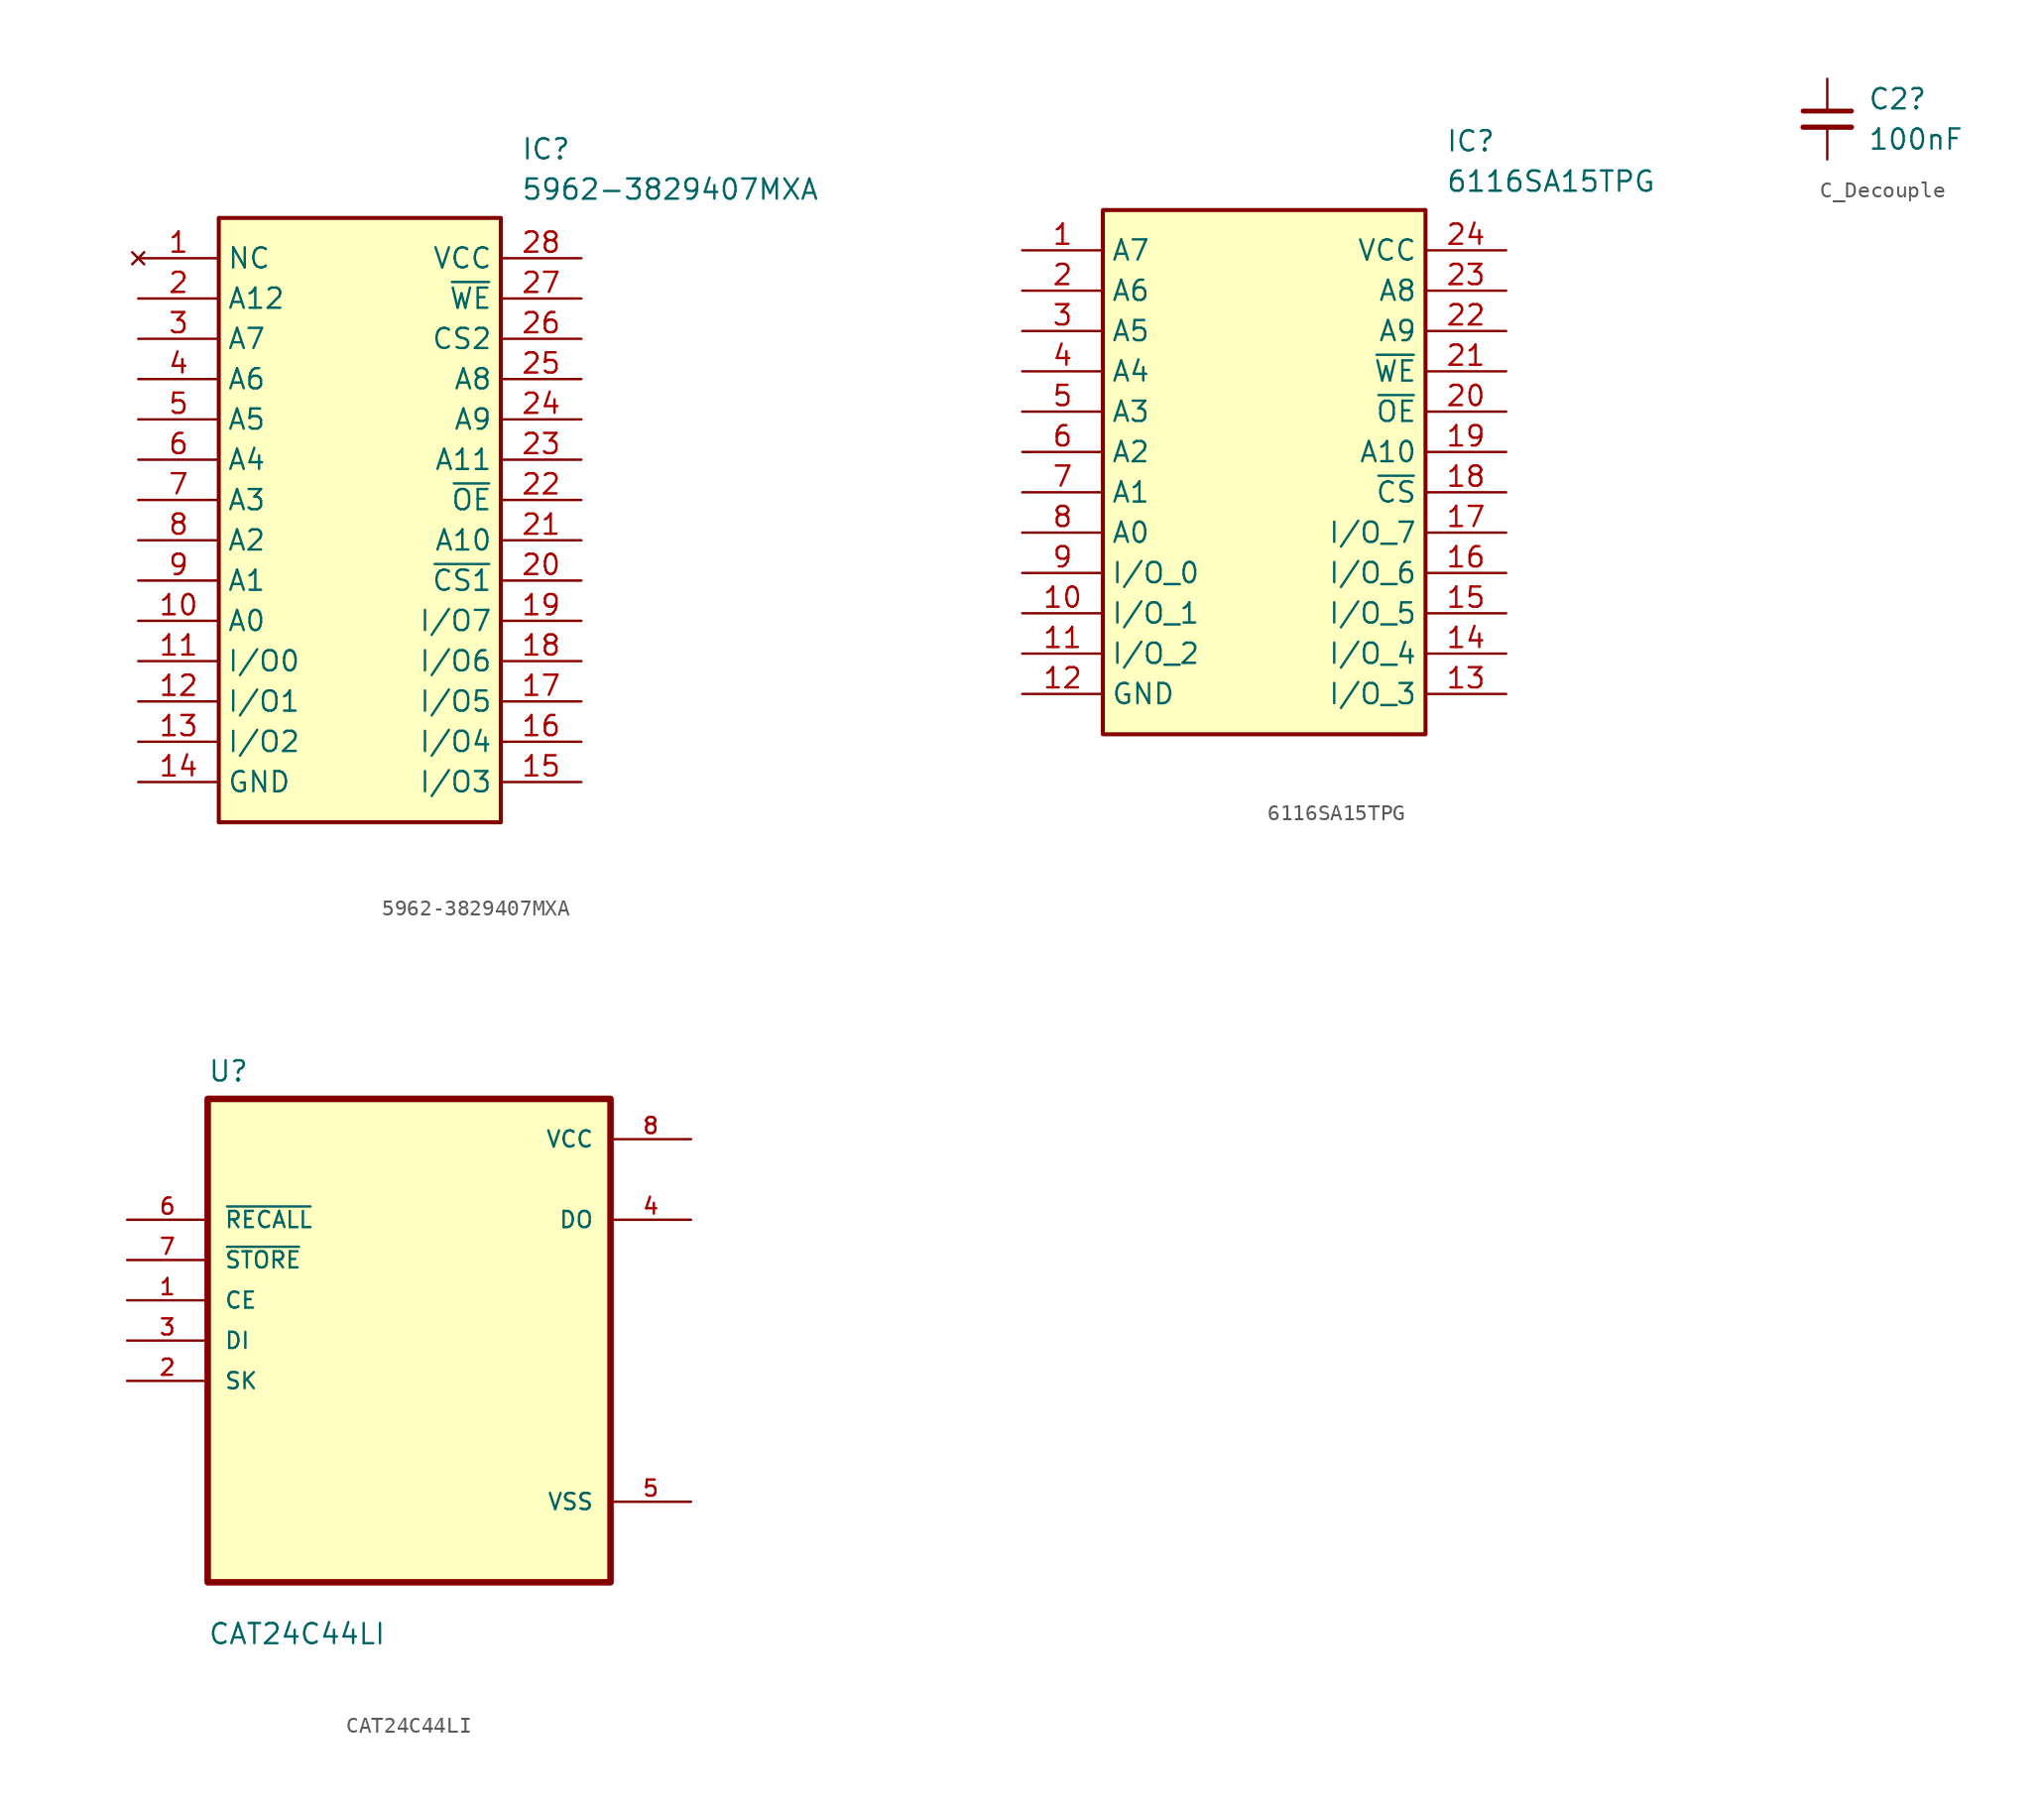
<source format=kicad_sym>
(kicad_symbol_lib
  (version 20231120)
  (generator "kicad_symbol_editor")
  (generator_version "8.0")
  (symbol "5962-3829407MXA"
    (property "Reference" "IC"
      (at 24.13 7.62 0)
      (effects (font (size 1.27 1.27)) (justify left top)))
    (property "Value" "5962-3829407MXA"
      (at 24.13 5.08 0)
      (effects (font (size 1.27 1.27)) (justify left top)))
    (symbol "5962-3829407MXA_1_1"
      (rectangle (start 5.08 2.54) (end 22.86 -35.56) (stroke (width 0.254) (type default)) (fill (type background)))
      (pin no_connect line (at 0 0 0) (length 5.08) (name "NC" (effects (font (size 1.27 1.27)))) (number "1" (effects (font (size 1.27 1.27)))))
      (pin passive line (at 0 -22.86 0) (length 5.08) (name "A0" (effects (font (size 1.27 1.27)))) (number "10" (effects (font (size 1.27 1.27)))))
      (pin passive line (at 0 -25.4 0) (length 5.08) (name "I/O0" (effects (font (size 1.27 1.27)))) (number "11" (effects (font (size 1.27 1.27)))))
      (pin passive line (at 0 -27.94 0) (length 5.08) (name "I/O1" (effects (font (size 1.27 1.27)))) (number "12" (effects (font (size 1.27 1.27)))))
      (pin passive line (at 0 -30.48 0) (length 5.08) (name "I/O2" (effects (font (size 1.27 1.27)))) (number "13" (effects (font (size 1.27 1.27)))))
      (pin passive line (at 0 -33.02 0) (length 5.08) (name "GND" (effects (font (size 1.27 1.27)))) (number "14" (effects (font (size 1.27 1.27)))))
      (pin passive line (at 27.94 -33.02 180) (length 5.08) (name "I/O3" (effects (font (size 1.27 1.27)))) (number "15" (effects (font (size 1.27 1.27)))))
      (pin passive line (at 27.94 -30.48 180) (length 5.08) (name "I/O4" (effects (font (size 1.27 1.27)))) (number "16" (effects (font (size 1.27 1.27)))))
      (pin passive line (at 27.94 -27.94 180) (length 5.08) (name "I/O5" (effects (font (size 1.27 1.27)))) (number "17" (effects (font (size 1.27 1.27)))))
      (pin passive line (at 27.94 -25.4 180) (length 5.08) (name "I/O6" (effects (font (size 1.27 1.27)))) (number "18" (effects (font (size 1.27 1.27)))))
      (pin passive line (at 27.94 -22.86 180) (length 5.08) (name "I/O7" (effects (font (size 1.27 1.27)))) (number "19" (effects (font (size 1.27 1.27)))))
      (pin passive line (at 0 -2.54 0) (length 5.08) (name "A12" (effects (font (size 1.27 1.27)))) (number "2" (effects (font (size 1.27 1.27)))))
      (pin passive line (at 27.94 -20.32 180) (length 5.08) (name "~{CS1}" (effects (font (size 1.27 1.27)))) (number "20" (effects (font (size 1.27 1.27)))))
      (pin passive line (at 27.94 -17.78 180) (length 5.08) (name "A10" (effects (font (size 1.27 1.27)))) (number "21" (effects (font (size 1.27 1.27)))))
      (pin passive line (at 27.94 -15.24 180) (length 5.08) (name "~{OE}" (effects (font (size 1.27 1.27)))) (number "22" (effects (font (size 1.27 1.27)))))
      (pin passive line (at 27.94 -12.7 180) (length 5.08) (name "A11" (effects (font (size 1.27 1.27)))) (number "23" (effects (font (size 1.27 1.27)))))
      (pin passive line (at 27.94 -10.16 180) (length 5.08) (name "A9" (effects (font (size 1.27 1.27)))) (number "24" (effects (font (size 1.27 1.27)))))
      (pin passive line (at 27.94 -7.62 180) (length 5.08) (name "A8" (effects (font (size 1.27 1.27)))) (number "25" (effects (font (size 1.27 1.27)))))
      (pin passive line (at 27.94 -5.08 180) (length 5.08) (name "CS2" (effects (font (size 1.27 1.27)))) (number "26" (effects (font (size 1.27 1.27)))))
      (pin passive line (at 27.94 -2.54 180) (length 5.08) (name "~{WE}" (effects (font (size 1.27 1.27)))) (number "27" (effects (font (size 1.27 1.27)))))
      (pin passive line (at 27.94 0 180) (length 5.08) (name "VCC" (effects (font (size 1.27 1.27)))) (number "28" (effects (font (size 1.27 1.27)))))
      (pin passive line (at 0 -5.08 0) (length 5.08) (name "A7" (effects (font (size 1.27 1.27)))) (number "3" (effects (font (size 1.27 1.27)))))
      (pin passive line (at 0 -7.62 0) (length 5.08) (name "A6" (effects (font (size 1.27 1.27)))) (number "4" (effects (font (size 1.27 1.27)))))
      (pin passive line (at 0 -10.16 0) (length 5.08) (name "A5" (effects (font (size 1.27 1.27)))) (number "5" (effects (font (size 1.27 1.27)))))
      (pin passive line (at 0 -12.7 0) (length 5.08) (name "A4" (effects (font (size 1.27 1.27)))) (number "6" (effects (font (size 1.27 1.27)))))
      (pin passive line (at 0 -15.24 0) (length 5.08) (name "A3" (effects (font (size 1.27 1.27)))) (number "7" (effects (font (size 1.27 1.27)))))
      (pin passive line (at 0 -17.78 0) (length 5.08) (name "A2" (effects (font (size 1.27 1.27)))) (number "8" (effects (font (size 1.27 1.27)))))
      (pin passive line (at 0 -20.32 0) (length 5.08) (name "A1" (effects (font (size 1.27 1.27)))) (number "9" (effects (font (size 1.27 1.27)))))))
  (symbol "6116SA15TPG"
    (property "Reference" "IC"
      (at 26.67 7.62 0)
      (effects (font (size 1.27 1.27)) (justify left top)))
    (property "Value" "6116SA15TPG"
      (at 26.67 5.08 0)
      (effects (font (size 1.27 1.27)) (justify left top)))
    (symbol "6116SA15TPG_1_1"
      (rectangle (start 5.08 2.54) (end 25.4 -30.48) (stroke (width 0.254) (type default)) (fill (type background)))
      (pin passive line (at 0 0 0) (length 5.08) (name "A7" (effects (font (size 1.27 1.27)))) (number "1" (effects (font (size 1.27 1.27)))))
      (pin passive line (at 0 -22.86 0) (length 5.08) (name "I/O_1" (effects (font (size 1.27 1.27)))) (number "10" (effects (font (size 1.27 1.27)))))
      (pin passive line (at 0 -25.4 0) (length 5.08) (name "I/O_2" (effects (font (size 1.27 1.27)))) (number "11" (effects (font (size 1.27 1.27)))))
      (pin passive line (at 0 -27.94 0) (length 5.08) (name "GND" (effects (font (size 1.27 1.27)))) (number "12" (effects (font (size 1.27 1.27)))))
      (pin passive line (at 30.48 -27.94 180) (length 5.08) (name "I/O_3" (effects (font (size 1.27 1.27)))) (number "13" (effects (font (size 1.27 1.27)))))
      (pin passive line (at 30.48 -25.4 180) (length 5.08) (name "I/O_4" (effects (font (size 1.27 1.27)))) (number "14" (effects (font (size 1.27 1.27)))))
      (pin passive line (at 30.48 -22.86 180) (length 5.08) (name "I/O_5" (effects (font (size 1.27 1.27)))) (number "15" (effects (font (size 1.27 1.27)))))
      (pin passive line (at 30.48 -20.32 180) (length 5.08) (name "I/O_6" (effects (font (size 1.27 1.27)))) (number "16" (effects (font (size 1.27 1.27)))))
      (pin passive line (at 30.48 -17.78 180) (length 5.08) (name "I/O_7" (effects (font (size 1.27 1.27)))) (number "17" (effects (font (size 1.27 1.27)))))
      (pin passive line (at 30.48 -15.24 180) (length 5.08) (name "~{CS}" (effects (font (size 1.27 1.27)))) (number "18" (effects (font (size 1.27 1.27)))))
      (pin passive line (at 30.48 -12.7 180) (length 5.08) (name "A10" (effects (font (size 1.27 1.27)))) (number "19" (effects (font (size 1.27 1.27)))))
      (pin passive line (at 0 -2.54 0) (length 5.08) (name "A6" (effects (font (size 1.27 1.27)))) (number "2" (effects (font (size 1.27 1.27)))))
      (pin passive line (at 30.48 -10.16 180) (length 5.08) (name "~{OE}" (effects (font (size 1.27 1.27)))) (number "20" (effects (font (size 1.27 1.27)))))
      (pin passive line (at 30.48 -7.62 180) (length 5.08) (name "~{WE}" (effects (font (size 1.27 1.27)))) (number "21" (effects (font (size 1.27 1.27)))))
      (pin passive line (at 30.48 -5.08 180) (length 5.08) (name "A9" (effects (font (size 1.27 1.27)))) (number "22" (effects (font (size 1.27 1.27)))))
      (pin passive line (at 30.48 -2.54 180) (length 5.08) (name "A8" (effects (font (size 1.27 1.27)))) (number "23" (effects (font (size 1.27 1.27)))))
      (pin passive line (at 30.48 0 180) (length 5.08) (name "VCC" (effects (font (size 1.27 1.27)))) (number "24" (effects (font (size 1.27 1.27)))))
      (pin passive line (at 0 -5.08 0) (length 5.08) (name "A5" (effects (font (size 1.27 1.27)))) (number "3" (effects (font (size 1.27 1.27)))))
      (pin passive line (at 0 -7.62 0) (length 5.08) (name "A4" (effects (font (size 1.27 1.27)))) (number "4" (effects (font (size 1.27 1.27)))))
      (pin passive line (at 0 -10.16 0) (length 5.08) (name "A3" (effects (font (size 1.27 1.27)))) (number "5" (effects (font (size 1.27 1.27)))))
      (pin passive line (at 0 -12.7 0) (length 5.08) (name "A2" (effects (font (size 1.27 1.27)))) (number "6" (effects (font (size 1.27 1.27)))))
      (pin passive line (at 0 -15.24 0) (length 5.08) (name "A1" (effects (font (size 1.27 1.27)))) (number "7" (effects (font (size 1.27 1.27)))))
      (pin passive line (at 0 -17.78 0) (length 5.08) (name "A0" (effects (font (size 1.27 1.27)))) (number "8" (effects (font (size 1.27 1.27)))))
      (pin passive line (at 0 -20.32 0) (length 5.08) (name "I/O_0" (effects (font (size 1.27 1.27)))) (number "9" (effects (font (size 1.27 1.27)))))))
  (symbol "C_Decouple"
    (pin_numbers hide)
    (pin_names
      (offset 0.254) hide)
    (property "Reference" "C2"
      (at 2.54 1.264 0)
      (effects (font (size 1.27 1.27)) (justify left)))
    (property "Value" "100nF"
      (at 2.54 -1.276 0)
      (effects (font (size 1.27 1.27)) (justify left)))
    (symbol "C_Decouple_0_1"
      (polyline (pts (xy -1.524 -0.508) (xy 1.524 -0.508)) (stroke (width 0.33) (type default)) (fill (type none)))
      (polyline (pts (xy -1.524 0.508) (xy 1.524 0.508)) (stroke (width 0.305) (type default)) (fill (type none))))
    (symbol "C_Decouple_1_1"
      (pin passive line (at 0 2.54 270) (length 2.032) (name "~" (effects (font (size 1.27 1.27)))) (number "1" (effects (font (size 1.27 1.27)))))
      (pin passive line (at 0 -2.54 90) (length 2.032) (name "~" (effects (font (size 1.27 1.27)))) (number "2" (effects (font (size 1.27 1.27)))))))
  (symbol "CAT24C44LI"
    (pin_names
      (offset 1.016))
    (property "Reference" "U"
      (at -12.7 16.24 0)
      (effects (font (size 1.27 1.27)) (justify left bottom)))
    (property "Value" "CAT24C44LI"
      (at -12.7 -19.24 0)
      (effects (font (size 1.27 1.27)) (justify left bottom)))
    (symbol "CAT24C44LI_0_0"
      (rectangle (start -12.7 -15.24) (end 12.7 15.24) (stroke (width 0.41) (type default)) (fill (type background)))
      (pin input line (at -17.78 2.54 0) (length 5.08) (name "CE" (effects (font (size 1.016 1.016)))) (number "1" (effects (font (size 1.016 1.016)))))
      (pin input line (at -17.78 -2.54 0) (length 5.08) (name "SK" (effects (font (size 1.016 1.016)))) (number "2" (effects (font (size 1.016 1.016)))))
      (pin input line (at -17.78 0 0) (length 5.08) (name "DI" (effects (font (size 1.016 1.016)))) (number "3" (effects (font (size 1.016 1.016)))))
      (pin output line (at 17.78 7.62 180) (length 5.08) (name "DO" (effects (font (size 1.016 1.016)))) (number "4" (effects (font (size 1.016 1.016)))))
      (pin power_in line (at 17.78 -10.16 180) (length 5.08) (name "VSS" (effects (font (size 1.016 1.016)))) (number "5" (effects (font (size 1.016 1.016)))))
      (pin input line (at -17.78 7.62 0) (length 5.08) (name "~{RECALL}" (effects (font (size 1.016 1.016)))) (number "6" (effects (font (size 1.016 1.016)))))
      (pin input line (at -17.78 5.08 0) (length 5.08) (name "~{STORE}" (effects (font (size 1.016 1.016)))) (number "7" (effects (font (size 1.016 1.016)))))
      (pin power_in line (at 17.78 12.7 180) (length 5.08) (name "VCC" (effects (font (size 1.016 1.016)))) (number "8" (effects (font (size 1.016 1.016))))))))
</source>
